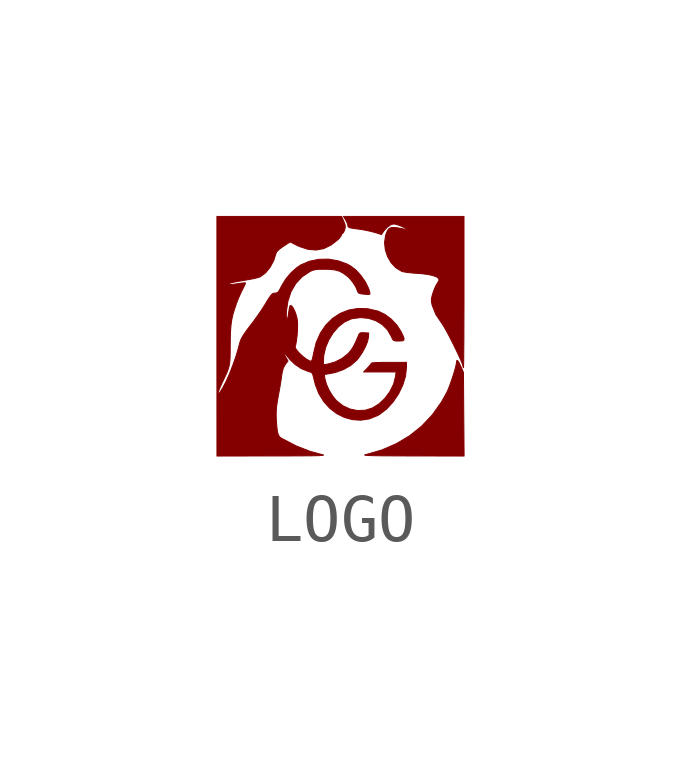
<source format=kicad_sym>
(kicad_symbol_lib
  (version 20210619)
  (generator bitmap2component)
  (symbol "LOGO"
    (pin_names
      (offset 1.016))
    (property "Reference" "#G"
      (at 0 1.854 0)
      (effects (font (size 1.27 1.27)) hide))
    (symbol "LOGO_0_0"
      (polyline (pts (xy -1.416 -2.509) (xy -1.385 -2.509) (xy -1.133 -2.509) (xy -0.923 -2.508) (xy -0.751 -2.507) (xy -0.614 -2.506) (xy -0.509 -2.504) (xy -0.434 -2.502) (xy -0.385 -2.498) (xy -0.36 -2.495) (xy -0.354 -2.49) (xy -0.367 -2.484) (xy -0.394 -2.478) (xy -0.636 -2.412) (xy -0.929 -2.297) (xy -1.229 -2.141) (xy -1.239 -2.135) (xy -1.273 -2.106) (xy -1.297 -2.065) (xy -1.314 -2.004) (xy -1.326 -1.915) (xy -1.336 -1.789) (xy -1.341 -1.687) (xy -1.341 -1.589) (xy -1.335 -1.495) (xy -1.32 -1.389) (xy -1.297 -1.256) (xy -1.274 -1.134) (xy -1.253 -1.009) (xy -1.235 -0.899) (xy -1.224 -0.818) (xy -1.217 -0.772) (xy -1.191 -0.672) (xy -1.15 -0.599) (xy -1.095 -0.528) (xy -1.149 -0.431) (xy -1.169 -0.395) (xy -1.19 -0.351) (xy -1.194 -0.333) (xy -1.193 -0.333) (xy -1.175 -0.351) (xy -1.138 -0.394) (xy -1.09 -0.454) (xy -1.056 -0.495) (xy -0.944 -0.602) (xy -0.82 -0.685) (xy -0.696 -0.737) (xy -0.681 -0.741) (xy -0.625 -0.76) (xy -0.593 -0.777) (xy -0.58 -0.804) (xy -0.563 -0.862) (xy -0.545 -0.939) (xy -0.524 -1.021) (xy -0.451 -1.209) (xy -0.35 -1.374) (xy -0.224 -1.514) (xy -0.079 -1.625) (xy 0.081 -1.705) (xy 0.251 -1.752) (xy 0.426 -1.763) (xy 0.602 -1.736) (xy 0.774 -1.667) (xy 0.814 -1.644) (xy 0.964 -1.53) (xy 1.098 -1.384) (xy 1.212 -1.215) (xy 1.3 -1.032) (xy 1.358 -0.845) (xy 1.378 -0.662) (xy 1.378 -0.556) (xy 1.011 -0.556) (xy 0.922 -0.556) (xy 0.811 -0.558) (xy 0.724 -0.562) (xy 0.665 -0.567) (xy 0.644 -0.573) (xy 0.639 -0.585) (xy 0.61 -0.623) (xy 0.564 -0.673) (xy 0.484 -0.756) (xy 1.162 -0.756) (xy 1.147 -0.861) (xy 1.108 -1.012) (xy 1.032 -1.165) (xy 0.928 -1.306) (xy 0.804 -1.423) (xy 0.667 -1.508) (xy 0.517 -1.555) (xy 0.358 -1.562) (xy 0.2 -1.53) (xy 0.05 -1.461) (xy -0.084 -1.354) (xy -0.087 -1.351) (xy -0.166 -1.253) (xy -0.238 -1.134) (xy -0.293 -1.011) (xy -0.324 -0.899) (xy -0.337 -0.81) (xy -0.188 -0.784) (xy -0.106 -0.767) (xy 0.064 -0.706) (xy 0.216 -0.62) (xy 0.338 -0.513) (xy 0.386 -0.455) (xy 0.459 -0.346) (xy 0.521 -0.231) (xy 0.565 -0.123) (xy 0.584 -0.033) (xy 0.589 0.056) (xy 0.495 0.062) (xy 0.48 0.063) (xy 0.426 0.062) (xy 0.396 0.046) (xy 0.375 0.007) (xy 0.366 -0.018) (xy 0.313 -0.141) (xy 0.265 -0.234) (xy 0.216 -0.308) (xy 0.161 -0.372) (xy 0.155 -0.377) (xy 0.033 -0.474) (xy -0.112 -0.548) (xy -0.261 -0.591) (xy -0.355 -0.606) (xy -0.355 -0.519) (xy -0.348 -0.411) (xy -0.309 -0.244) (xy -0.241 -0.083) (xy -0.149 0.064) (xy -0.038 0.19) (xy 0.086 0.287) (xy 0.22 0.348) (xy 0.249 0.356) (xy 0.418 0.378) (xy 0.583 0.363) (xy 0.736 0.314) (xy 0.871 0.232) (xy 0.982 0.121) (xy 1.061 -0.016) (xy 1.085 -0.07) (xy 1.109 -0.099) (xy 1.148 -0.11) (xy 1.217 -0.111) (xy 1.234 -0.111) (xy 1.293 -0.107) (xy 1.323 -0.093) (xy 1.328 -0.061) (xy 1.308 -0.004) (xy 1.265 0.085) (xy 1.18 0.218) (xy 1.064 0.343) (xy 0.931 0.443) (xy 0.792 0.51) (xy 0.781 0.514) (xy 0.57 0.563) (xy 0.366 0.569) (xy 0.173 0.536) (xy -0.006 0.466) (xy -0.166 0.361) (xy -0.306 0.222) (xy -0.42 0.053) (xy -0.507 -0.144) (xy -0.561 -0.368) (xy -0.564 -0.383) (xy -0.58 -0.46) (xy -0.596 -0.513) (xy -0.611 -0.533) (xy -0.651 -0.522) (xy -0.712 -0.487) (xy -0.78 -0.435) (xy -0.846 -0.375) (xy -0.901 -0.315) (xy -0.937 -0.262) (xy -0.945 -0.226) (xy -0.934 -0.193) (xy -0.918 -0.107) (xy -0.905 0.001) (xy -0.897 0.116) (xy -0.894 0.226) (xy -0.898 0.315) (xy -0.905 0.359) (xy -0.927 0.442) (xy -0.956 0.521) (xy -0.989 0.585) (xy -1.021 0.625) (xy -1.048 0.631) (xy -1.057 0.613) (xy -1.069 0.56) (xy -1.08 0.488) (xy -1.088 0.425) (xy -1.103 0.36) (xy -1.116 0.338) (xy -1.126 0.357) (xy -1.131 0.416) (xy -1.127 0.513) (xy -1.097 0.718) (xy -1.032 0.917) (xy -0.933 1.087) (xy -0.802 1.228) (xy -0.638 1.338) (xy -0.619 1.348) (xy -0.568 1.368) (xy -0.51 1.381) (xy -0.432 1.386) (xy -0.322 1.387) (xy -0.234 1.385) (xy -0.118 1.373) (xy -0.023 1.347) (xy 0.063 1.3) (xy 0.155 1.231) (xy 0.194 1.193) (xy 0.263 1.109) (xy 0.32 1.017) (xy 0.355 0.934) (xy 0.362 0.912) (xy 0.383 0.888) (xy 0.424 0.875) (xy 0.497 0.866) (xy 0.51 0.865) (xy 0.576 0.86) (xy 0.608 0.864) (xy 0.617 0.879) (xy 0.611 0.911) (xy 0.588 0.985) (xy 0.521 1.123) (xy 0.428 1.256) (xy 0.321 1.373) (xy 0.208 1.458) (xy 0.136 1.497) (xy -0.053 1.565) (xy -0.253 1.598) (xy -0.454 1.594) (xy -0.648 1.554) (xy -0.826 1.478) (xy -0.908 1.423) (xy -1.033 1.312) (xy -1.143 1.18) (xy -1.227 1.041) (xy -1.266 0.965) (xy -1.297 0.918) (xy -1.325 0.895) (xy -1.358 0.889) (xy -1.388 0.887) (xy -1.414 0.878) (xy -1.441 0.856) (xy -1.473 0.813) (xy -1.518 0.745) (xy -1.579 0.644) (xy -1.59 0.626) (xy -1.662 0.515) (xy -1.743 0.398) (xy -1.817 0.296) (xy -1.868 0.23) (xy -1.948 0.124) (xy -2.006 0.043) (xy -2.047 -0.021) (xy -2.075 -0.075) (xy -2.094 -0.125) (xy -2.109 -0.178) (xy -2.132 -0.268) (xy -2.186 -0.447) (xy -2.25 -0.627) (xy -2.318 -0.801) (xy -2.389 -0.959) (xy -2.458 -1.091) (xy -2.521 -1.19) (xy -2.546 -1.216) (xy -2.555 -1.21) (xy -2.548 -1.172) (xy -2.525 -1.108) (xy -2.487 -1.022) (xy -2.473 -0.992) (xy -2.415 -0.869) (xy -2.371 -0.773) (xy -2.341 -0.694) (xy -2.321 -0.621) (xy -2.309 -0.544) (xy -2.303 -0.453) (xy -2.301 -0.338) (xy -2.3 -0.189) (xy -2.298 -0.042) (xy -2.293 0.107) (xy -2.283 0.23) (xy -2.267 0.339) (xy -2.243 0.444) (xy -2.21 0.555) (xy -2.166 0.683) (xy -2.13 0.776) (xy -2.084 0.881) (xy -2.041 0.969) (xy -2.01 1.03) (xy -1.988 1.079) (xy -1.983 1.102) (xy -2.001 1.103) (xy -2.052 1.099) (xy -2.124 1.089) (xy -2.139 1.086) (xy -2.239 1.072) (xy -2.3 1.067) (xy -2.326 1.073) (xy -2.319 1.089) (xy -2.318 1.09) (xy -2.285 1.103) (xy -2.218 1.118) (xy -2.126 1.136) (xy -2.019 1.153) (xy -2.017 1.154) (xy -1.905 1.173) (xy -1.802 1.193) (xy -1.722 1.213) (xy -1.675 1.229) (xy -1.667 1.233) (xy -1.561 1.313) (xy -1.468 1.427) (xy -1.394 1.564) (xy -1.346 1.714) (xy -1.33 1.749) (xy -1.28 1.801) (xy -1.192 1.865) (xy -1.05 1.957) (xy -0.916 1.889) (xy -0.851 1.859) (xy -0.675 1.802) (xy -0.509 1.788) (xy -0.35 1.817) (xy -0.198 1.89) (xy -0.05 2.006) (xy -0.03 2.026) (xy 0.007 2.072) (xy 0.022 2.104) (xy 0.024 2.116) (xy 0.043 2.133) (xy 0.046 2.134) (xy 0.067 2.16) (xy 0.089 2.21) (xy 0.089 2.212) (xy 0.102 2.267) (xy 0.096 2.319) (xy 0.069 2.388) (xy 0.025 2.489) (xy -2.578 2.489) (xy -2.578 -0.011) (xy -2.577 -2.511) (xy -1.416 -2.509)) (stroke (width 0.01)) (fill (type outline)))
      (polyline (pts (xy 2.573 -1.639) (xy 2.567 -0.767) (xy 2.511 -0.639) (xy 2.477 -0.566) (xy 2.447 -0.52) (xy 2.429 -0.516) (xy 2.422 -0.553) (xy 2.422 -0.554) (xy 2.414 -0.607) (xy 2.393 -0.691) (xy 2.363 -0.794) (xy 2.327 -0.905) (xy 2.288 -1.015) (xy 2.251 -1.112) (xy 2.218 -1.186) (xy 2.104 -1.389) (xy 1.914 -1.654) (xy 1.694 -1.886) (xy 1.445 -2.086) (xy 1.167 -2.252) (xy 0.863 -2.384) (xy 0.533 -2.479) (xy 0.527 -2.48) (xy 0.508 -2.486) (xy 0.507 -2.492) (xy 0.526 -2.496) (xy 0.57 -2.499) (xy 0.64 -2.502) (xy 0.74 -2.504) (xy 0.872 -2.506) (xy 1.04 -2.507) (xy 1.247 -2.508) (xy 1.495 -2.509) (xy 2.58 -2.511) (xy 2.573 -1.639)) (stroke (width 0.01)) (fill (type outline)))
      (polyline (pts (xy 2.568 -0.653) (xy 2.57 -0.599) (xy 2.572 -0.506) (xy 2.573 -0.38) (xy 2.574 -0.222) (xy 2.576 -0.036) (xy 2.576 0.174) (xy 2.577 0.404) (xy 2.578 0.651) (xy 2.578 0.911) (xy 2.578 2.489) (xy 0.063 2.489) (xy 0.109 2.414) (xy 0.116 2.402) (xy 0.144 2.342) (xy 0.156 2.295) (xy 0.157 2.281) (xy 0.171 2.264) (xy 0.204 2.251) (xy 0.266 2.239) (xy 0.364 2.226) (xy 0.395 2.222) (xy 0.511 2.203) (xy 0.625 2.179) (xy 0.714 2.156) (xy 0.856 2.111) (xy 0.889 2.161) (xy 0.907 2.188) (xy 0.976 2.263) (xy 1.047 2.314) (xy 1.111 2.333) (xy 1.159 2.324) (xy 1.233 2.3) (xy 1.314 2.265) (xy 1.329 2.258) (xy 1.384 2.23) (xy 1.409 2.212) (xy 1.4 2.21) (xy 1.271 2.237) (xy 1.165 2.255) (xy 1.09 2.259) (xy 1.037 2.249) (xy 1.001 2.223) (xy 0.974 2.178) (xy 0.949 2.115) (xy 0.94 2.086) (xy 0.92 1.941) (xy 0.936 1.793) (xy 0.983 1.65) (xy 1.058 1.521) (xy 1.158 1.416) (xy 1.278 1.343) (xy 1.31 1.334) (xy 1.385 1.321) (xy 1.482 1.31) (xy 1.589 1.302) (xy 1.698 1.294) (xy 1.836 1.276) (xy 1.944 1.25) (xy 2.019 1.22) (xy 2.054 1.184) (xy 2.053 1.149) (xy 2.026 1.102) (xy 1.998 1.058) (xy 1.965 0.987) (xy 1.934 0.904) (xy 1.912 0.832) (xy 1.898 0.767) (xy 1.898 0.712) (xy 1.91 0.651) (xy 1.917 0.626) (xy 1.992 0.441) (xy 2.109 0.267) (xy 2.113 0.262) (xy 2.147 0.211) (xy 2.193 0.131) (xy 2.248 0.03) (xy 2.307 -0.084) (xy 2.367 -0.204) (xy 2.425 -0.323) (xy 2.477 -0.433) (xy 2.518 -0.526) (xy 2.546 -0.595) (xy 2.556 -0.633) (xy 2.557 -0.648) (xy 2.567 -0.667) (xy 2.568 -0.653)) (stroke (width 0.01)) (fill (type outline))))))
</source>
